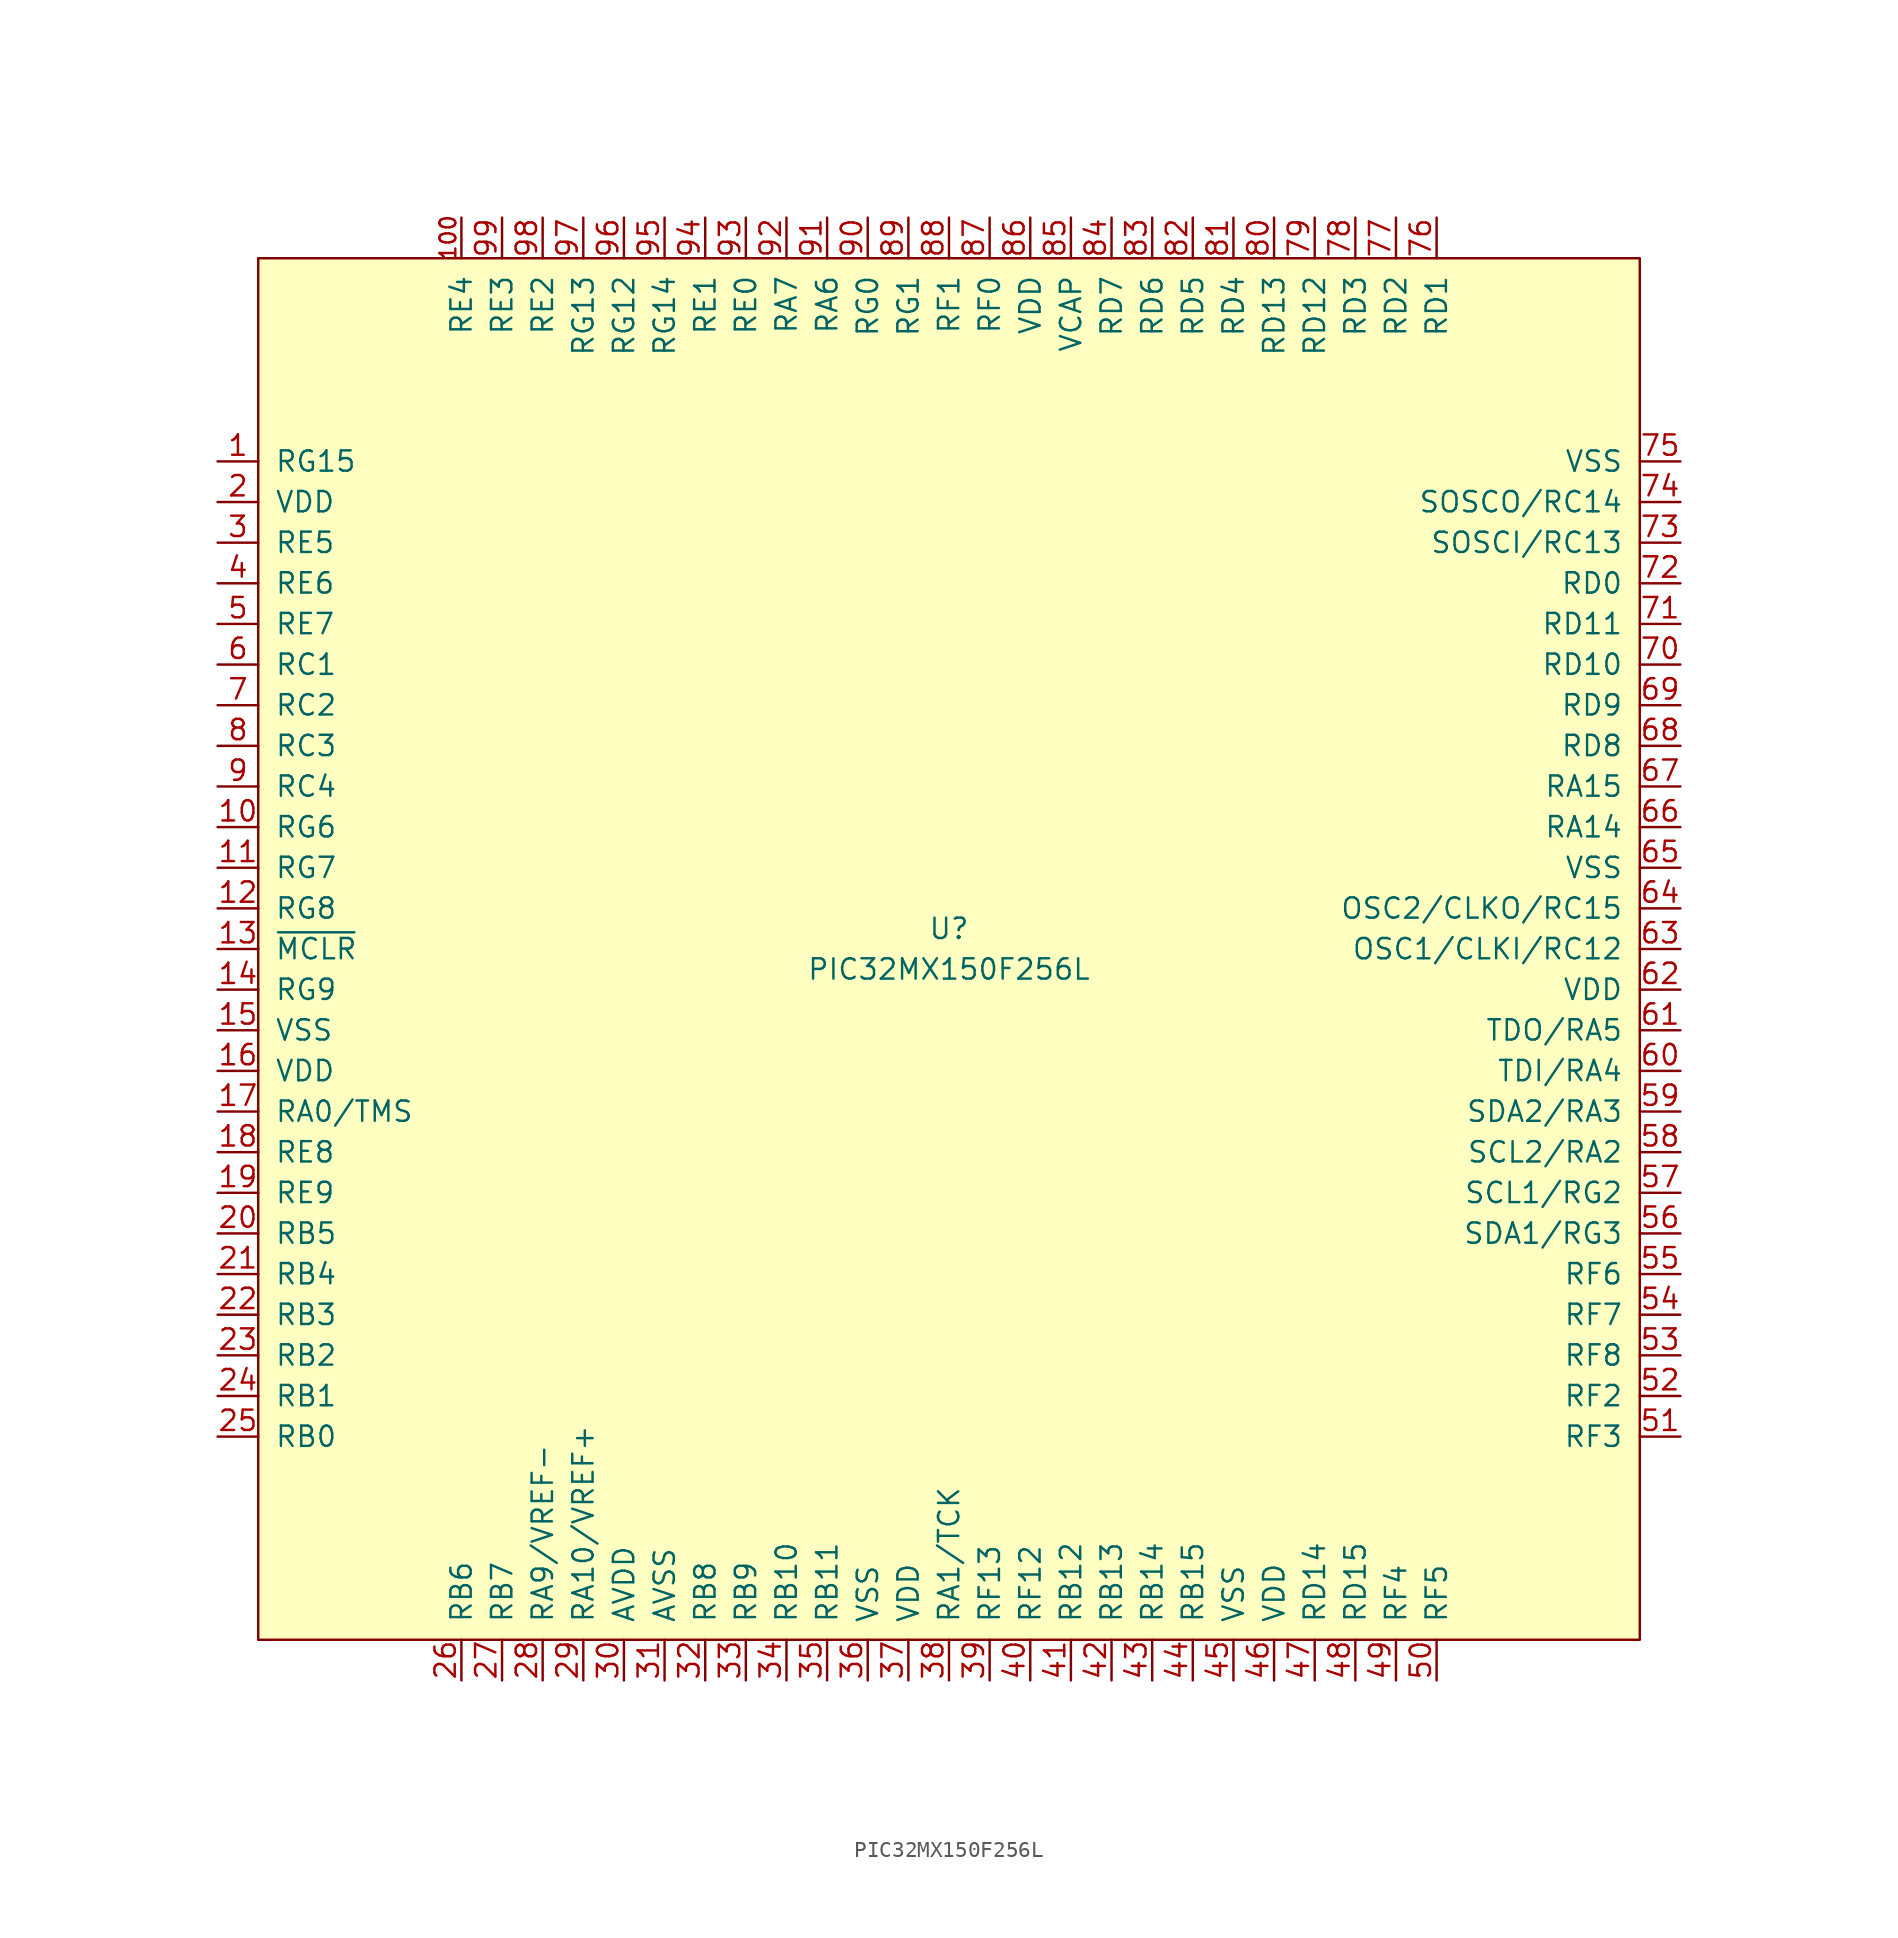
<source format=kicad_sym>
(kicad_symbol_lib
  (version 20211014)
  (generator kicad_symbol_editor)
  (symbol "PIC32MX150F256L"
    (pin_names
      (offset 1.016))
    (property "Reference" "U"
      (at 0 1.27 0)
      (effects (font (size 1.27 1.27))))
    (property "Value" "PIC32MX150F256L"
      (at 0 -1.27 0)
      (effects (font (size 1.27 1.27))))
    (symbol "PIC32MX150F256L_0_1"
      (rectangle (start -43.18 -43.18) (end 43.18 43.18) (stroke (width 0) (type default) (color 0 0 0 0)) (fill (type background))))
    (symbol "PIC32MX150F256L_1_1"
      (pin bidirectional line (at -45.72 30.48 0) (length 2.54) (name "RG15" (effects (font (size 1.27 1.27)))) (number "1" (effects (font (size 1.27 1.27)))))
      (pin bidirectional line (at -45.72 7.62 0) (length 2.54) (name "RG6" (effects (font (size 1.27 1.27)))) (number "10" (effects (font (size 1.27 1.27)))))
      (pin bidirectional line (at -30.48 45.72 270) (length 2.54) (name "RE4" (effects (font (size 1.27 1.27)))) (number "100" (effects (font (size 0.991 0.991)))))
      (pin bidirectional line (at -45.72 5.08 0) (length 2.54) (name "RG7" (effects (font (size 1.27 1.27)))) (number "11" (effects (font (size 1.27 1.27)))))
      (pin bidirectional line (at -45.72 2.54 0) (length 2.54) (name "RG8" (effects (font (size 1.27 1.27)))) (number "12" (effects (font (size 1.27 1.27)))))
      (pin input line (at -45.72 0 0) (length 2.54) (name "~{MCLR}" (effects (font (size 1.27 1.27)))) (number "13" (effects (font (size 1.27 1.27)))))
      (pin bidirectional line (at -45.72 -2.54 0) (length 2.54) (name "RG9" (effects (font (size 1.27 1.27)))) (number "14" (effects (font (size 1.27 1.27)))))
      (pin power_in line (at -45.72 -5.08 0) (length 2.54) (name "VSS" (effects (font (size 1.27 1.27)))) (number "15" (effects (font (size 1.27 1.27)))))
      (pin power_out line (at -45.72 -7.62 0) (length 2.54) (name "VDD" (effects (font (size 1.27 1.27)))) (number "16" (effects (font (size 1.27 1.27)))))
      (pin bidirectional line (at -45.72 -10.16 0) (length 2.54) (name "RA0/TMS" (effects (font (size 1.27 1.27)))) (number "17" (effects (font (size 1.27 1.27)))))
      (pin bidirectional line (at -45.72 -12.7 0) (length 2.54) (name "RE8" (effects (font (size 1.27 1.27)))) (number "18" (effects (font (size 1.27 1.27)))))
      (pin bidirectional line (at -45.72 -15.24 0) (length 2.54) (name "RE9" (effects (font (size 1.27 1.27)))) (number "19" (effects (font (size 1.27 1.27)))))
      (pin power_in line (at -45.72 27.94 0) (length 2.54) (name "VDD" (effects (font (size 1.27 1.27)))) (number "2" (effects (font (size 1.27 1.27)))))
      (pin bidirectional line (at -45.72 -17.78 0) (length 2.54) (name "RB5" (effects (font (size 1.27 1.27)))) (number "20" (effects (font (size 1.27 1.27)))))
      (pin bidirectional line (at -45.72 -20.32 0) (length 2.54) (name "RB4" (effects (font (size 1.27 1.27)))) (number "21" (effects (font (size 1.27 1.27)))))
      (pin bidirectional line (at -45.72 -22.86 0) (length 2.54) (name "RB3" (effects (font (size 1.27 1.27)))) (number "22" (effects (font (size 1.27 1.27)))))
      (pin bidirectional line (at -45.72 -25.4 0) (length 2.54) (name "RB2" (effects (font (size 1.27 1.27)))) (number "23" (effects (font (size 1.27 1.27)))))
      (pin bidirectional line (at -45.72 -27.94 0) (length 2.54) (name "RB1" (effects (font (size 1.27 1.27)))) (number "24" (effects (font (size 1.27 1.27)))))
      (pin bidirectional line (at -45.72 -30.48 0) (length 2.54) (name "RB0" (effects (font (size 1.27 1.27)))) (number "25" (effects (font (size 1.27 1.27)))))
      (pin bidirectional line (at -30.48 -45.72 90) (length 2.54) (name "RB6" (effects (font (size 1.27 1.27)))) (number "26" (effects (font (size 1.27 1.27)))))
      (pin bidirectional line (at -27.94 -45.72 90) (length 2.54) (name "RB7" (effects (font (size 1.27 1.27)))) (number "27" (effects (font (size 1.27 1.27)))))
      (pin bidirectional line (at -25.4 -45.72 90) (length 2.54) (name "RA9/VREF-" (effects (font (size 1.27 1.27)))) (number "28" (effects (font (size 1.27 1.27)))))
      (pin bidirectional line (at -22.86 -45.72 90) (length 2.54) (name "RA10/VREF+" (effects (font (size 1.27 1.27)))) (number "29" (effects (font (size 1.27 1.27)))))
      (pin bidirectional line (at -45.72 25.4 0) (length 2.54) (name "RE5" (effects (font (size 1.27 1.27)))) (number "3" (effects (font (size 1.27 1.27)))))
      (pin power_in line (at -20.32 -45.72 90) (length 2.54) (name "AVDD" (effects (font (size 1.27 1.27)))) (number "30" (effects (font (size 1.27 1.27)))))
      (pin power_in line (at -17.78 -45.72 90) (length 2.54) (name "AVSS" (effects (font (size 1.27 1.27)))) (number "31" (effects (font (size 1.27 1.27)))))
      (pin bidirectional line (at -15.24 -45.72 90) (length 2.54) (name "RB8" (effects (font (size 1.27 1.27)))) (number "32" (effects (font (size 1.27 1.27)))))
      (pin bidirectional line (at -12.7 -45.72 90) (length 2.54) (name "RB9" (effects (font (size 1.27 1.27)))) (number "33" (effects (font (size 1.27 1.27)))))
      (pin bidirectional line (at -10.16 -45.72 90) (length 2.54) (name "RB10" (effects (font (size 1.27 1.27)))) (number "34" (effects (font (size 1.27 1.27)))))
      (pin bidirectional line (at -7.62 -45.72 90) (length 2.54) (name "RB11" (effects (font (size 1.27 1.27)))) (number "35" (effects (font (size 1.27 1.27)))))
      (pin power_in line (at -5.08 -45.72 90) (length 2.54) (name "VSS" (effects (font (size 1.27 1.27)))) (number "36" (effects (font (size 1.27 1.27)))))
      (pin power_in line (at -2.54 -45.72 90) (length 2.54) (name "VDD" (effects (font (size 1.27 1.27)))) (number "37" (effects (font (size 1.27 1.27)))))
      (pin bidirectional line (at 0 -45.72 90) (length 2.54) (name "RA1/TCK" (effects (font (size 1.27 1.27)))) (number "38" (effects (font (size 1.27 1.27)))))
      (pin bidirectional line (at 2.54 -45.72 90) (length 2.54) (name "RF13" (effects (font (size 1.27 1.27)))) (number "39" (effects (font (size 1.27 1.27)))))
      (pin bidirectional line (at -45.72 22.86 0) (length 2.54) (name "RE6" (effects (font (size 1.27 1.27)))) (number "4" (effects (font (size 1.27 1.27)))))
      (pin bidirectional line (at 5.08 -45.72 90) (length 2.54) (name "RF12" (effects (font (size 1.27 1.27)))) (number "40" (effects (font (size 1.27 1.27)))))
      (pin bidirectional line (at 7.62 -45.72 90) (length 2.54) (name "RB12" (effects (font (size 1.27 1.27)))) (number "41" (effects (font (size 1.27 1.27)))))
      (pin bidirectional line (at 10.16 -45.72 90) (length 2.54) (name "RB13" (effects (font (size 1.27 1.27)))) (number "42" (effects (font (size 1.27 1.27)))))
      (pin bidirectional line (at 12.7 -45.72 90) (length 2.54) (name "RB14" (effects (font (size 1.27 1.27)))) (number "43" (effects (font (size 1.27 1.27)))))
      (pin bidirectional line (at 15.24 -45.72 90) (length 2.54) (name "RB15" (effects (font (size 1.27 1.27)))) (number "44" (effects (font (size 1.27 1.27)))))
      (pin power_in line (at 17.78 -45.72 90) (length 2.54) (name "VSS" (effects (font (size 1.27 1.27)))) (number "45" (effects (font (size 1.27 1.27)))))
      (pin power_in line (at 20.32 -45.72 90) (length 2.54) (name "VDD" (effects (font (size 1.27 1.27)))) (number "46" (effects (font (size 1.27 1.27)))))
      (pin bidirectional line (at 22.86 -45.72 90) (length 2.54) (name "RD14" (effects (font (size 1.27 1.27)))) (number "47" (effects (font (size 1.27 1.27)))))
      (pin bidirectional line (at 25.4 -45.72 90) (length 2.54) (name "RD15" (effects (font (size 1.27 1.27)))) (number "48" (effects (font (size 1.27 1.27)))))
      (pin bidirectional line (at 27.94 -45.72 90) (length 2.54) (name "RF4" (effects (font (size 1.27 1.27)))) (number "49" (effects (font (size 1.27 1.27)))))
      (pin bidirectional line (at -45.72 20.32 0) (length 2.54) (name "RE7" (effects (font (size 1.27 1.27)))) (number "5" (effects (font (size 1.27 1.27)))))
      (pin bidirectional line (at 30.48 -45.72 90) (length 2.54) (name "RF5" (effects (font (size 1.27 1.27)))) (number "50" (effects (font (size 1.27 1.27)))))
      (pin bidirectional line (at 45.72 -30.48 180) (length 2.54) (name "RF3" (effects (font (size 1.27 1.27)))) (number "51" (effects (font (size 1.27 1.27)))))
      (pin bidirectional line (at 45.72 -27.94 180) (length 2.54) (name "RF2" (effects (font (size 1.27 1.27)))) (number "52" (effects (font (size 1.27 1.27)))))
      (pin bidirectional line (at 45.72 -25.4 180) (length 2.54) (name "RF8" (effects (font (size 1.27 1.27)))) (number "53" (effects (font (size 1.27 1.27)))))
      (pin bidirectional line (at 45.72 -22.86 180) (length 2.54) (name "RF7" (effects (font (size 1.27 1.27)))) (number "54" (effects (font (size 1.27 1.27)))))
      (pin bidirectional line (at 45.72 -20.32 180) (length 2.54) (name "RF6" (effects (font (size 1.27 1.27)))) (number "55" (effects (font (size 1.27 1.27)))))
      (pin bidirectional line (at 45.72 -17.78 180) (length 2.54) (name "SDA1/RG3" (effects (font (size 1.27 1.27)))) (number "56" (effects (font (size 1.27 1.27)))))
      (pin bidirectional line (at 45.72 -15.24 180) (length 2.54) (name "SCL1/RG2" (effects (font (size 1.27 1.27)))) (number "57" (effects (font (size 1.27 1.27)))))
      (pin bidirectional line (at 45.72 -12.7 180) (length 2.54) (name "SCL2/RA2" (effects (font (size 1.27 1.27)))) (number "58" (effects (font (size 1.27 1.27)))))
      (pin bidirectional line (at 45.72 -10.16 180) (length 2.54) (name "SDA2/RA3" (effects (font (size 1.27 1.27)))) (number "59" (effects (font (size 1.27 1.27)))))
      (pin bidirectional line (at -45.72 17.78 0) (length 2.54) (name "RC1" (effects (font (size 1.27 1.27)))) (number "6" (effects (font (size 1.27 1.27)))))
      (pin bidirectional line (at 45.72 -7.62 180) (length 2.54) (name "TDI/RA4" (effects (font (size 1.27 1.27)))) (number "60" (effects (font (size 1.27 1.27)))))
      (pin bidirectional line (at 45.72 -5.08 180) (length 2.54) (name "TDO/RA5" (effects (font (size 1.27 1.27)))) (number "61" (effects (font (size 1.27 1.27)))))
      (pin power_in line (at 45.72 -2.54 180) (length 2.54) (name "VDD" (effects (font (size 1.27 1.27)))) (number "62" (effects (font (size 1.27 1.27)))))
      (pin bidirectional line (at 45.72 0 180) (length 2.54) (name "OSC1/CLKI/RC12" (effects (font (size 1.27 1.27)))) (number "63" (effects (font (size 1.27 1.27)))))
      (pin bidirectional line (at 45.72 2.54 180) (length 2.54) (name "OSC2/CLKO/RC15" (effects (font (size 1.27 1.27)))) (number "64" (effects (font (size 1.27 1.27)))))
      (pin power_in line (at 45.72 5.08 180) (length 2.54) (name "VSS" (effects (font (size 1.27 1.27)))) (number "65" (effects (font (size 1.27 1.27)))))
      (pin bidirectional line (at 45.72 7.62 180) (length 2.54) (name "RA14" (effects (font (size 1.27 1.27)))) (number "66" (effects (font (size 1.27 1.27)))))
      (pin bidirectional line (at 45.72 10.16 180) (length 2.54) (name "RA15" (effects (font (size 1.27 1.27)))) (number "67" (effects (font (size 1.27 1.27)))))
      (pin bidirectional line (at 45.72 12.7 180) (length 2.54) (name "RD8" (effects (font (size 1.27 1.27)))) (number "68" (effects (font (size 1.27 1.27)))))
      (pin bidirectional line (at 45.72 15.24 180) (length 2.54) (name "RD9" (effects (font (size 1.27 1.27)))) (number "69" (effects (font (size 1.27 1.27)))))
      (pin bidirectional line (at -45.72 15.24 0) (length 2.54) (name "RC2" (effects (font (size 1.27 1.27)))) (number "7" (effects (font (size 1.27 1.27)))))
      (pin bidirectional line (at 45.72 17.78 180) (length 2.54) (name "RD10" (effects (font (size 1.27 1.27)))) (number "70" (effects (font (size 1.27 1.27)))))
      (pin bidirectional line (at 45.72 20.32 180) (length 2.54) (name "RD11" (effects (font (size 1.27 1.27)))) (number "71" (effects (font (size 1.27 1.27)))))
      (pin bidirectional line (at 45.72 22.86 180) (length 2.54) (name "RD0" (effects (font (size 1.27 1.27)))) (number "72" (effects (font (size 1.27 1.27)))))
      (pin bidirectional line (at 45.72 25.4 180) (length 2.54) (name "SOSCI/RC13" (effects (font (size 1.27 1.27)))) (number "73" (effects (font (size 1.27 1.27)))))
      (pin bidirectional line (at 45.72 27.94 180) (length 2.54) (name "SOSCO/RC14" (effects (font (size 1.27 1.27)))) (number "74" (effects (font (size 1.27 1.27)))))
      (pin power_in line (at 45.72 30.48 180) (length 2.54) (name "VSS" (effects (font (size 1.27 1.27)))) (number "75" (effects (font (size 1.27 1.27)))))
      (pin bidirectional line (at 30.48 45.72 270) (length 2.54) (name "RD1" (effects (font (size 1.27 1.27)))) (number "76" (effects (font (size 1.27 1.27)))))
      (pin bidirectional line (at 27.94 45.72 270) (length 2.54) (name "RD2" (effects (font (size 1.27 1.27)))) (number "77" (effects (font (size 1.27 1.27)))))
      (pin bidirectional line (at 25.4 45.72 270) (length 2.54) (name "RD3" (effects (font (size 1.27 1.27)))) (number "78" (effects (font (size 1.27 1.27)))))
      (pin bidirectional line (at 22.86 45.72 270) (length 2.54) (name "RD12" (effects (font (size 1.27 1.27)))) (number "79" (effects (font (size 1.27 1.27)))))
      (pin bidirectional line (at -45.72 12.7 0) (length 2.54) (name "RC3" (effects (font (size 1.27 1.27)))) (number "8" (effects (font (size 1.27 1.27)))))
      (pin bidirectional line (at 20.32 45.72 270) (length 2.54) (name "RD13" (effects (font (size 1.27 1.27)))) (number "80" (effects (font (size 1.27 1.27)))))
      (pin bidirectional line (at 17.78 45.72 270) (length 2.54) (name "RD4" (effects (font (size 1.27 1.27)))) (number "81" (effects (font (size 1.27 1.27)))))
      (pin bidirectional line (at 15.24 45.72 270) (length 2.54) (name "RD5" (effects (font (size 1.27 1.27)))) (number "82" (effects (font (size 1.27 1.27)))))
      (pin bidirectional line (at 12.7 45.72 270) (length 2.54) (name "RD6" (effects (font (size 1.27 1.27)))) (number "83" (effects (font (size 1.27 1.27)))))
      (pin bidirectional line (at 10.16 45.72 270) (length 2.54) (name "RD7" (effects (font (size 1.27 1.27)))) (number "84" (effects (font (size 1.27 1.27)))))
      (pin passive line (at 7.62 45.72 270) (length 2.54) (name "VCAP" (effects (font (size 1.27 1.27)))) (number "85" (effects (font (size 1.27 1.27)))))
      (pin power_in line (at 5.08 45.72 270) (length 2.54) (name "VDD" (effects (font (size 1.27 1.27)))) (number "86" (effects (font (size 1.27 1.27)))))
      (pin bidirectional line (at 2.54 45.72 270) (length 2.54) (name "RF0" (effects (font (size 1.27 1.27)))) (number "87" (effects (font (size 1.27 1.27)))))
      (pin bidirectional line (at 0 45.72 270) (length 2.54) (name "RF1" (effects (font (size 1.27 1.27)))) (number "88" (effects (font (size 1.27 1.27)))))
      (pin bidirectional line (at -2.54 45.72 270) (length 2.54) (name "RG1" (effects (font (size 1.27 1.27)))) (number "89" (effects (font (size 1.27 1.27)))))
      (pin bidirectional line (at -45.72 10.16 0) (length 2.54) (name "RC4" (effects (font (size 1.27 1.27)))) (number "9" (effects (font (size 1.27 1.27)))))
      (pin bidirectional line (at -5.08 45.72 270) (length 2.54) (name "RG0" (effects (font (size 1.27 1.27)))) (number "90" (effects (font (size 1.27 1.27)))))
      (pin bidirectional line (at -7.62 45.72 270) (length 2.54) (name "RA6" (effects (font (size 1.27 1.27)))) (number "91" (effects (font (size 1.27 1.27)))))
      (pin bidirectional line (at -10.16 45.72 270) (length 2.54) (name "RA7" (effects (font (size 1.27 1.27)))) (number "92" (effects (font (size 1.27 1.27)))))
      (pin bidirectional line (at -12.7 45.72 270) (length 2.54) (name "RE0" (effects (font (size 1.27 1.27)))) (number "93" (effects (font (size 1.27 1.27)))))
      (pin bidirectional line (at -15.24 45.72 270) (length 2.54) (name "RE1" (effects (font (size 1.27 1.27)))) (number "94" (effects (font (size 1.27 1.27)))))
      (pin bidirectional line (at -17.78 45.72 270) (length 2.54) (name "RG14" (effects (font (size 1.27 1.27)))) (number "95" (effects (font (size 1.27 1.27)))))
      (pin bidirectional line (at -20.32 45.72 270) (length 2.54) (name "RG12" (effects (font (size 1.27 1.27)))) (number "96" (effects (font (size 1.27 1.27)))))
      (pin bidirectional line (at -22.86 45.72 270) (length 2.54) (name "RG13" (effects (font (size 1.27 1.27)))) (number "97" (effects (font (size 1.27 1.27)))))
      (pin bidirectional line (at -25.4 45.72 270) (length 2.54) (name "RE2" (effects (font (size 1.27 1.27)))) (number "98" (effects (font (size 1.27 1.27)))))
      (pin bidirectional line (at -27.94 45.72 270) (length 2.54) (name "RE3" (effects (font (size 1.27 1.27)))) (number "99" (effects (font (size 1.27 1.27))))))))
</source>
